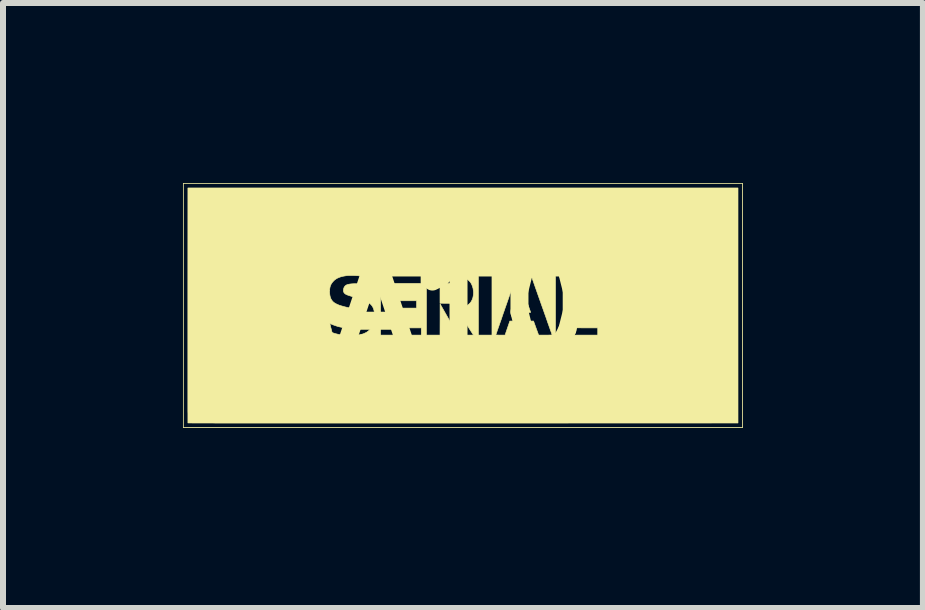
<source format=kicad_pcb>
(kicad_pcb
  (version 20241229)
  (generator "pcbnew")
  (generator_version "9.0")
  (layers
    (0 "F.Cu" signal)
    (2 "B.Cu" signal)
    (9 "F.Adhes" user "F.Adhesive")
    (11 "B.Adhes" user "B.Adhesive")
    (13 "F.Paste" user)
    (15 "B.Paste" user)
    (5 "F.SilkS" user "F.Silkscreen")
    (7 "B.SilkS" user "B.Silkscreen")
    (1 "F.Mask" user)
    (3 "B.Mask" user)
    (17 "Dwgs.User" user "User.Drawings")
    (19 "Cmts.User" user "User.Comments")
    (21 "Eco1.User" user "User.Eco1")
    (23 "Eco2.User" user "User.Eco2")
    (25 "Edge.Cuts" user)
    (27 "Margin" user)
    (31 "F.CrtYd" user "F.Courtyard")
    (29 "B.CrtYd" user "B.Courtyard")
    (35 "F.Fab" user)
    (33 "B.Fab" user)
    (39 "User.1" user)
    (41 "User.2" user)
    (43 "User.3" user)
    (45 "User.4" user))
  (footprint "A10"
    (layer "F.Cu")
    (at 4.665 2.042)
    (property "Reference" "A10" (at 0 0 0) (layer "F.SilkS") (effects (font (size 1.524 1.524) (thickness 0.3))))
    (attr through_hole)
    (fp_poly (pts (xy 4.663 2.037) (xy -4.66 2.037) (xy -4.66 -2.034) (xy -4.658 -2.034) (xy -4.658 2.034) (xy 4.66 2.034) (xy 4.66 -2.034) (xy -4.658 -2.034) (xy -4.66 -2.034) (xy -4.66 -2.037) (xy 4.663 -2.037) (xy 4.663 2.037)) (stroke (width 0.01) (type solid)) (fill yes) (layer "F.SilkS"))
    (fp_poly (pts (xy -0.247 -0.368) (xy -0.225 -0.368) (xy -0.204 -0.368) (xy -0.186 -0.367) (xy -0.17 -0.367) (xy -0.158 -0.367) (xy -0.15 -0.366) (xy -0.148 -0.366) (xy -0.123 -0.359) (xy -0.1 -0.347) (xy -0.08 -0.332) (xy -0.063 -0.312) (xy -0.049 -0.289) (xy -0.039 -0.263) (xy -0.032 -0.233) (xy -0.031 -0.23) (xy -0.029 -0.2) (xy -0.03 -0.172) (xy -0.035 -0.145) (xy -0.043 -0.121) (xy -0.055 -0.1) (xy -0.07 -0.082) (xy -0.071 -0.08) (xy -0.09 -0.065) (xy -0.111 -0.054) (xy -0.135 -0.046) (xy -0.149 -0.043) (xy -0.166 -0.04) (xy -0.185 -0.038) (xy -0.204 -0.037) (xy -0.221 -0.036) (xy -0.226 -0.036) (xy -0.233 -0.036) (xy -0.244 -0.037) (xy -0.259 -0.037) (xy -0.276 -0.037) (xy -0.294 -0.037) (xy -0.312 -0.037) (xy -0.381 -0.038) (xy -0.381 -0.368) (xy -0.271 -0.368) (xy -0.247 -0.368)) (stroke (width 0.01) (type solid)) (fill yes) (layer "F.SilkS"))
    (fp_poly (pts (xy 0.984 -0.299) (xy 0.984 -0.298) (xy 0.985 -0.297) (xy 0.986 -0.292) (xy 0.99 -0.282) (xy 0.994 -0.269) (xy 1 -0.253) (xy 1.007 -0.234) (xy 1.015 -0.213) (xy 1.023 -0.189) (xy 1.032 -0.164) (xy 1.041 -0.138) (xy 1.051 -0.111) (xy 1.06 -0.084) (xy 1.07 -0.057) (xy 1.079 -0.03) (xy 1.089 -0.004) (xy 1.097 0.02) (xy 1.105 0.042) (xy 1.112 0.062) (xy 1.118 0.08) (xy 1.123 0.094) (xy 1.127 0.105) (xy 1.129 0.112) (xy 1.13 0.115) (xy 1.128 0.115) (xy 1.121 0.115) (xy 1.109 0.116) (xy 1.094 0.116) (xy 1.076 0.116) (xy 1.054 0.117) (xy 1.031 0.117) (xy 1.005 0.117) (xy 0.984 0.117) (xy 0.838 0.117) (xy 0.839 0.111) (xy 0.84 0.108) (xy 0.843 0.1) (xy 0.847 0.088) (xy 0.852 0.073) (xy 0.858 0.054) (xy 0.866 0.032) (xy 0.874 0.008) (xy 0.883 -0.019) (xy 0.893 -0.048) (xy 0.903 -0.078) (xy 0.911 -0.1) (xy 0.923 -0.136) (xy 0.934 -0.168) (xy 0.944 -0.195) (xy 0.952 -0.218) (xy 0.958 -0.238) (xy 0.964 -0.254) (xy 0.969 -0.268) (xy 0.973 -0.278) (xy 0.976 -0.286) (xy 0.978 -0.292) (xy 0.98 -0.296) (xy 0.982 -0.298) (xy 0.983 -0.299) (xy 0.984 -0.299)) (stroke (width 0.01) (type solid)) (fill yes) (layer "F.SilkS"))
    (fp_poly (pts (xy 4.586 1.959) (xy 0.002 1.96) (xy -0.189 1.96) (xy -0.374 1.96) (xy -0.555 1.96) (xy -0.73 1.96) (xy -0.901 1.96) (xy -1.067 1.96) (xy -1.228 1.96) (xy -1.385 1.96) (xy -1.537 1.96) (xy -1.685 1.96) (xy -1.827 1.96) (xy -1.966 1.96) (xy -2.1 1.96) (xy -2.23 1.96) (xy -2.356 1.96) (xy -2.477 1.96) (xy -2.595 1.96) (xy -2.708 1.96) (xy -2.817 1.96) (xy -2.922 1.96) (xy -3.024 1.96) (xy -3.121 1.96) (xy -3.215 1.96) (xy -3.305 1.96) (xy -3.392 1.96) (xy -3.474 1.96) (xy -3.554 1.96) (xy -3.629 1.96) (xy -3.702 1.96) (xy -3.771 1.96) (xy -3.837 1.96) (xy -3.899 1.96) (xy -3.958 1.96) (xy -4.015 1.96) (xy -4.068 1.96) (xy -4.118 1.96) (xy -4.165 1.959) (xy -4.21 1.959) (xy -4.251 1.959) (xy -4.29 1.959) (xy -4.326 1.959) (xy -4.359 1.959) (xy -4.39 1.959) (xy -4.418 1.959) (xy -4.444 1.959) (xy -4.467 1.959) (xy -4.489 1.959) (xy -4.507 1.959) (xy -4.524 1.958) (xy -4.538 1.958) (xy -4.55 1.958) (xy -4.561 1.958) (xy -4.569 1.958) (xy -4.575 1.958) (xy -4.58 1.958) (xy -4.582 1.958) (xy -4.583 1.958) (xy -4.583 1.955) (xy -4.583 1.947) (xy -4.583 1.935) (xy -4.583 1.918) (xy -4.583 1.896) (xy -4.583 1.87) (xy -4.583 1.839) (xy -4.583 1.804) (xy -4.584 1.765) (xy -4.584 1.722) (xy -4.584 1.676) (xy -4.584 1.625) (xy -4.584 1.571) (xy -4.584 1.514) (xy -4.584 1.453) (xy -4.584 1.389) (xy -4.584 1.321) (xy -4.584 1.251) (xy -4.584 1.178) (xy -4.584 1.102) (xy -4.584 1.024) (xy -4.584 0.943) (xy -4.584 0.859) (xy -4.584 0.774) (xy -4.584 0.686) (xy -4.584 0.596) (xy -4.584 0.504) (xy -4.584 0.411) (xy -4.584 0.316) (xy -4.584 0.219) (xy -4.584 0.121) (xy -4.584 0.022) (xy -4.584 -0.003) (xy -4.584 -0.249) (xy -2.222 -0.249) (xy -2.221 -0.209) (xy -2.217 -0.173) (xy -2.21 -0.141) (xy -2.199 -0.112) (xy -2.184 -0.087) (xy -2.166 -0.065) (xy -2.149 -0.051) (xy -2.14 -0.044) (xy -2.128 -0.037) (xy -2.114 -0.029) (xy -2.102 -0.023) (xy -2.087 -0.016) (xy -2.072 -0.01) (xy -2.056 -0.003) (xy -2.039 0.002) (xy -2.019 0.008) (xy -1.997 0.014) (xy -1.972 0.021) (xy -1.943 0.028) (xy -1.916 0.034) (xy -1.891 0.04) (xy -1.866 0.048) (xy -1.841 0.055) (xy -1.818 0.063) (xy -1.798 0.071) (xy -1.782 0.078) (xy -1.78 0.079) (xy -1.761 0.09) (xy -1.745 0.104) (xy -1.733 0.121) (xy -1.724 0.141) (xy -1.718 0.164) (xy -1.715 0.191) (xy -1.714 0.211) (xy -1.716 0.241) (xy -1.721 0.269) (xy -1.729 0.294) (xy -1.741 0.315) (xy -1.755 0.332) (xy -1.773 0.346) (xy -1.774 0.347) (xy -1.793 0.355) (xy -1.816 0.363) (xy -1.843 0.368) (xy -1.872 0.372) (xy -1.904 0.373) (xy -1.937 0.373) (xy -1.97 0.371) (xy -2.004 0.367) (xy -2.02 0.364) (xy -2.053 0.357) (xy -2.089 0.348) (xy -2.125 0.336) (xy -2.159 0.324) (xy -2.188 0.312) (xy -2.199 0.307) (xy -2.208 0.304) (xy -2.214 0.301) (xy -2.216 0.301) (xy -2.216 0.301) (xy -2.216 0.303) (xy -2.215 0.31) (xy -2.212 0.32) (xy -2.209 0.333) (xy -2.206 0.348) (xy -2.202 0.364) (xy -2.197 0.381) (xy -2.193 0.397) (xy -2.189 0.412) (xy -2.186 0.426) (xy -2.183 0.437) (xy -2.18 0.445) (xy -2.179 0.448) (xy -2.179 0.449) (xy -2.174 0.452) (xy -2.164 0.456) (xy -2.151 0.461) (xy -2.135 0.466) (xy -2.116 0.471) (xy -2.096 0.476) (xy -2.074 0.481) (xy -2.051 0.486) (xy -2.029 0.49) (xy -2.007 0.493) (xy -1.987 0.496) (xy -1.976 0.497) (xy -1.962 0.498) (xy -1.945 0.499) (xy -1.924 0.5) (xy -1.902 0.5) (xy -1.878 0.5) (xy -1.854 0.5) (xy -1.832 0.499) (xy -1.811 0.498) (xy -1.794 0.498) (xy -1.782 0.497) (xy -1.738 0.491) (xy -1.699 0.483) (xy -1.663 0.473) (xy -1.632 0.46) (xy -1.603 0.445) (xy -1.578 0.427) (xy -1.555 0.406) (xy -1.534 0.382) (xy -1.516 0.354) (xy -1.514 0.352) (xy -1.502 0.327) (xy -1.491 0.298) (xy -1.483 0.266) (xy -1.477 0.233) (xy -1.474 0.198) (xy -1.473 0.163) (xy -1.474 0.129) (xy -1.478 0.097) (xy -1.485 0.067) (xy -1.486 0.065) (xy -1.495 0.04) (xy -1.506 0.018) (xy -1.52 -0.002) (xy -1.538 -0.021) (xy -1.559 -0.04) (xy -1.583 -0.057) (xy -1.6 -0.068) (xy -1.616 -0.077) (xy -1.634 -0.086) (xy -1.653 -0.093) (xy -1.674 -0.101) (xy -1.698 -0.109) (xy -1.727 -0.117) (xy -1.741 -0.12) (xy -1.777 -0.13) (xy -1.811 -0.139) (xy -1.842 -0.148) (xy -1.87 -0.157) (xy -1.895 -0.165) (xy -1.916 -0.172) (xy -1.932 -0.178) (xy -1.944 -0.183) (xy -1.963 -0.195) (xy -1.977 -0.208) (xy -1.986 -0.223) (xy -1.991 -0.24) (xy -1.992 -0.251) (xy -1.989 -0.273) (xy -1.983 -0.294) (xy -1.974 -0.312) (xy -1.961 -0.328) (xy -1.946 -0.339) (xy -1.93 -0.347) (xy -1.907 -0.353) (xy -1.88 -0.358) (xy -1.85 -0.361) (xy -1.817 -0.363) (xy -1.783 -0.363) (xy -1.749 -0.362) (xy -1.716 -0.359) (xy -1.683 -0.355) (xy -1.671 -0.353) (xy -1.626 -0.343) (xy -1.585 -0.331) (xy -1.549 -0.318) (xy -1.528 -0.308) (xy -1.518 -0.303) (xy -1.511 -0.3) (xy -1.506 -0.298) (xy -1.504 -0.298) (xy -1.505 -0.301) (xy -1.506 -0.308) (xy -1.509 -0.318) (xy -1.512 -0.332) (xy -1.516 -0.349) (xy -1.52 -0.367) (xy -1.523 -0.377) (xy -1.529 -0.399) (xy -1.533 -0.416) (xy -1.537 -0.43) (xy -1.54 -0.44) (xy -1.542 -0.447) (xy -1.544 -0.452) (xy -1.546 -0.455) (xy -1.547 -0.457) (xy -1.549 -0.458) (xy -1.549 -0.458) (xy -1.56 -0.461) (xy -1.576 -0.466) (xy -1.594 -0.47) (xy -1.615 -0.475) (xy -1.638 -0.479) (xy -1.661 -0.484) (xy -1.684 -0.488) (xy -1.7 -0.49) (xy -1.371 -0.49) (xy -1.371 0.493) (xy -0.693 0.493) (xy -0.693 0.373) (xy -1.145 0.373) (xy -1.145 0.043) (xy -0.772 0.043) (xy -0.772 -0.079) (xy -1.145 -0.079) (xy -1.145 -0.368) (xy -0.698 -0.368) (xy -0.698 -0.49) (xy -0.607 -0.49) (xy -0.607 0.493) (xy -0.381 0.493) (xy -0.38 0.233) (xy -0.38 -0.027) (xy -0.232 0.233) (xy -0.085 0.493) (xy 0.045 0.493) (xy 0.176 0.493) (xy 0.171 0.484) (xy 0.169 0.481) (xy 0.164 0.474) (xy 0.157 0.463) (xy 0.148 0.449) (xy 0.137 0.432) (xy 0.124 0.412) (xy 0.11 0.39) (xy 0.094 0.365) (xy 0.078 0.34) (xy 0.06 0.312) (xy 0.044 0.288) (xy 0.026 0.26) (xy 0.008 0.232) (xy -0.009 0.206) (xy -0.025 0.181) (xy -0.04 0.158) (xy -0.053 0.137) (xy -0.065 0.119) (xy -0.075 0.103) (xy -0.083 0.091) (xy -0.088 0.083) (xy -0.09 0.079) (xy -0.097 0.07) (xy -0.1 0.064) (xy -0.102 0.06) (xy -0.101 0.058) (xy -0.099 0.058) (xy -0.098 0.057) (xy -0.094 0.057) (xy -0.085 0.055) (xy -0.074 0.053) (xy -0.062 0.051) (xy -0.061 0.051) (xy -0.023 0.042) (xy 0.011 0.031) (xy 0.043 0.016) (xy 0.073 -0.002) (xy 0.104 -0.025) (xy 0.104 -0.026) (xy 0.124 -0.045) (xy 0.14 -0.068) (xy 0.154 -0.095) (xy 0.165 -0.124) (xy 0.172 -0.156) (xy 0.176 -0.189) (xy 0.177 -0.224) (xy 0.175 -0.244) (xy 0.17 -0.283) (xy 0.16 -0.319) (xy 0.147 -0.351) (xy 0.131 -0.38) (xy 0.11 -0.405) (xy 0.086 -0.427) (xy 0.058 -0.445) (xy 0.027 -0.461) (xy -0.009 -0.473) (xy -0.049 -0.482) (xy -0.089 -0.488) (xy -0.096 -0.488) (xy -0.108 -0.488) (xy -0.125 -0.489) (xy -0.146 -0.489) (xy -0.172 -0.489) (xy -0.201 -0.49) (xy -0.235 -0.49) (xy -0.272 -0.49) (xy -0.312 -0.49) (xy -0.356 -0.49) (xy 0.259 -0.49) (xy 0.259 0.493) (xy 0.485 0.493) (xy 0.485 0.49) (xy 0.549 0.49) (xy 0.55 0.49) (xy 0.553 0.491) (xy 0.559 0.492) (xy 0.568 0.492) (xy 0.581 0.492) (xy 0.598 0.493) (xy 0.619 0.493) (xy 0.625 0.493) (xy 0.703 0.493) (xy 0.743 0.376) (xy 0.783 0.259) (xy 1.178 0.259) (xy 1.22 0.376) (xy 1.263 0.493) (xy 1.376 0.493) (xy 1.404 0.493) (xy 1.427 0.493) (xy 1.446 0.492) (xy 1.461 0.492) (xy 1.472 0.492) (xy 1.48 0.491) (xy 1.485 0.491) (xy 1.487 0.49) (xy 1.488 0.49) (xy 1.487 0.487) (xy 1.484 0.48) (xy 1.48 0.468) (xy 1.475 0.452) (xy 1.468 0.433) (xy 1.459 0.41) (xy 1.45 0.383) (xy 1.439 0.353) (xy 1.428 0.32) (xy 1.415 0.285) (xy 1.402 0.247) (xy 1.388 0.206) (xy 1.373 0.164) (xy 1.357 0.119) (xy 1.341 0.073) (xy 1.324 0.026) (xy 1.314 -0.002) (xy 1.142 -0.49) (xy 1.544 -0.49) (xy 1.544 0.493) (xy 2.248 0.493) (xy 2.248 0.373) (xy 2.01 0.373) (xy 1.771 0.372) (xy 1.77 -0.49) (xy 1.544 -0.49) (xy 1.142 -0.49) (xy 0.89 -0.49) (xy 0.72 -0.002) (xy 0.703 0.046) (xy 0.687 0.093) (xy 0.671 0.138) (xy 0.656 0.182) (xy 0.642 0.224) (xy 0.628 0.263) (xy 0.615 0.3) (xy 0.603 0.335) (xy 0.592 0.366) (xy 0.582 0.395) (xy 0.573 0.42) (xy 0.566 0.442) (xy 0.56 0.46) (xy 0.555 0.474) (xy 0.551 0.483) (xy 0.549 0.489) (xy 0.549 0.49) (xy 0.485 0.49) (xy 0.485 -0.49) (xy 0.259 -0.49) (xy -0.356 -0.49) (xy -0.607 -0.49) (xy -0.698 -0.49) (xy -1.371 -0.49) (xy -1.7 -0.49) (xy -1.706 -0.491) (xy -1.725 -0.494) (xy -1.73 -0.494) (xy -1.746 -0.496) (xy -1.766 -0.497) (xy -1.788 -0.498) (xy -1.811 -0.499) (xy -1.835 -0.5) (xy -1.859 -0.5) (xy -1.881 -0.5) (xy -1.901 -0.5) (xy -1.918 -0.499) (xy -1.931 -0.498) (xy -1.933 -0.498) (xy -1.966 -0.493) (xy -1.999 -0.487) (xy -2.03 -0.479) (xy -2.058 -0.47) (xy -2.083 -0.459) (xy -2.089 -0.457) (xy -2.114 -0.442) (xy -2.139 -0.424) (xy -2.158 -0.405) (xy -2.178 -0.382) (xy -2.194 -0.358) (xy -2.206 -0.334) (xy -2.214 -0.307) (xy -2.219 -0.278) (xy -2.222 -0.249) (xy -4.584 -0.249) (xy -4.583 -1.959) (xy 4.586 -1.959) (xy 4.586 1.959)) (stroke (width 0.01) (type solid)) (fill yes) (layer "F.SilkS")))
  (gr_rect
    (start -3 -3)
    (end 12.333 7.084)
    (stroke (width 0.1) (type default))
    (fill no)
    (layer "Edge.Cuts")))
</source>
